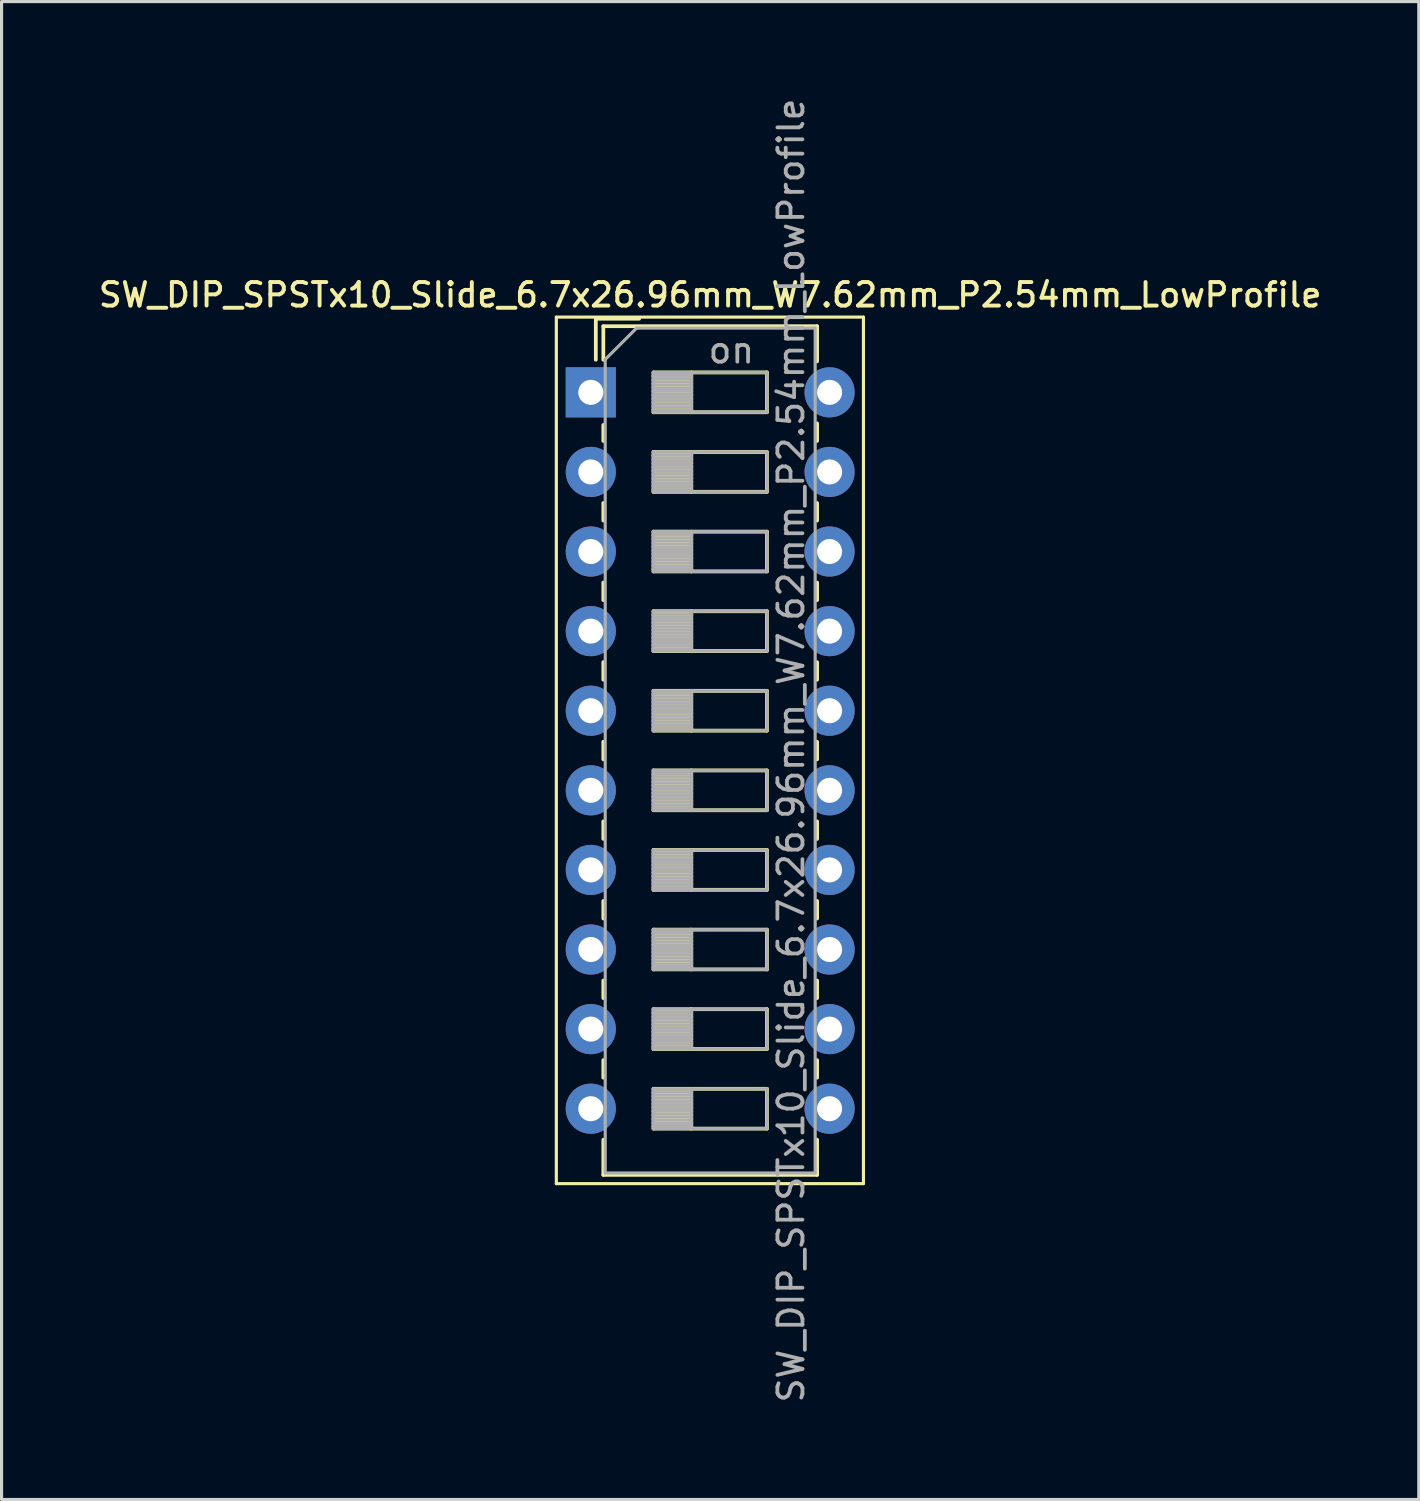
<source format=kicad_pcb>
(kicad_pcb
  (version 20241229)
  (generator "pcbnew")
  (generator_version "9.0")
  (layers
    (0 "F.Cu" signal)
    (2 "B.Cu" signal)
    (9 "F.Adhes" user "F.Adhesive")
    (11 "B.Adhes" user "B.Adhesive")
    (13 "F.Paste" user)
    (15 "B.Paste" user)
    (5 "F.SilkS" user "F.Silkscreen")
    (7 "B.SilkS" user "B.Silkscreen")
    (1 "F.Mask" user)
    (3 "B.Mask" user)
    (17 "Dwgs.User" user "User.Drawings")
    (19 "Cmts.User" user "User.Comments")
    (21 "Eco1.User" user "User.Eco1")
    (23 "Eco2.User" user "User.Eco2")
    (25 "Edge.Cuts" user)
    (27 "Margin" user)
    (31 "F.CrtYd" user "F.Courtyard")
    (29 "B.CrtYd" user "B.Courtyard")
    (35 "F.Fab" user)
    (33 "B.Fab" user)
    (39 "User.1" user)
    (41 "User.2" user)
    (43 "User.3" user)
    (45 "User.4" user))
  (footprint "SW_DIP_SPSTx10_Slide_6.7x26.96mm_W7.62mm_P2.54mm_LowProfile"
    (layer "F.Cu")
    (at 15.803 9.47)
    (property "Reference" "SW_DIP_SPSTx10_Slide_6.7x26.96mm_W7.62mm_P2.54mm_LowProfile" (at 3.81 -3.11 0) (layer "F.SilkS") (effects (font (size 0.75 0.75) (thickness 0.125))))
    (attr through_hole)
    (fp_line (start -1.1 -2.4) (end -1.1 25.25) (stroke (width 0.1) (type solid)) (layer "F.SilkS"))
    (fp_line (start -1.1 25.25) (end 8.7 25.25) (stroke (width 0.1) (type solid)) (layer "F.SilkS"))
    (fp_line (start 0.16 -2.35) (end 0.16 -1.04) (stroke (width 0.12) (type solid)) (layer "F.SilkS"))
    (fp_line (start 0.16 -2.35) (end 1.543 -2.35) (stroke (width 0.12) (type solid)) (layer "F.SilkS"))
    (fp_line (start 0.4 -2.11) (end 0.4 -1.04) (stroke (width 0.12) (type solid)) (layer "F.SilkS"))
    (fp_line (start 0.4 -2.11) (end 7.221 -2.11) (stroke (width 0.12) (type solid)) (layer "F.SilkS"))
    (fp_line (start 0.4 1.04) (end 0.4 1.551) (stroke (width 0.12) (type solid)) (layer "F.SilkS"))
    (fp_line (start 0.4 3.53) (end 0.4 4.091) (stroke (width 0.12) (type solid)) (layer "F.SilkS"))
    (fp_line (start 0.4 6.07) (end 0.4 6.631) (stroke (width 0.12) (type solid)) (layer "F.SilkS"))
    (fp_line (start 0.4 8.61) (end 0.4 9.17) (stroke (width 0.12) (type solid)) (layer "F.SilkS"))
    (fp_line (start 0.4 11.15) (end 0.4 11.71) (stroke (width 0.12) (type solid)) (layer "F.SilkS"))
    (fp_line (start 0.4 13.69) (end 0.4 14.25) (stroke (width 0.12) (type solid)) (layer "F.SilkS"))
    (fp_line (start 0.4 16.23) (end 0.4 16.79) (stroke (width 0.12) (type solid)) (layer "F.SilkS"))
    (fp_line (start 0.4 18.77) (end 0.4 19.33) (stroke (width 0.12) (type solid)) (layer "F.SilkS"))
    (fp_line (start 0.4 21.31) (end 0.4 21.87) (stroke (width 0.12) (type solid)) (layer "F.SilkS"))
    (fp_line (start 0.4 23.85) (end 0.4 24.971) (stroke (width 0.12) (type solid)) (layer "F.SilkS"))
    (fp_line (start 0.4 24.971) (end 7.221 24.971) (stroke (width 0.12) (type solid)) (layer "F.SilkS"))
    (fp_line (start 2 -0.635) (end 2 0.635) (stroke (width 0.12) (type solid)) (layer "F.SilkS"))
    (fp_line (start 2 -0.515) (end 3.207 -0.515) (stroke (width 0.12) (type solid)) (layer "F.SilkS"))
    (fp_line (start 2 -0.395) (end 3.207 -0.395) (stroke (width 0.12) (type solid)) (layer "F.SilkS"))
    (fp_line (start 2 -0.275) (end 3.207 -0.275) (stroke (width 0.12) (type solid)) (layer "F.SilkS"))
    (fp_line (start 2 -0.155) (end 3.207 -0.155) (stroke (width 0.12) (type solid)) (layer "F.SilkS"))
    (fp_line (start 2 -0.035) (end 3.207 -0.035) (stroke (width 0.12) (type solid)) (layer "F.SilkS"))
    (fp_line (start 2 0.085) (end 3.207 0.085) (stroke (width 0.12) (type solid)) (layer "F.SilkS"))
    (fp_line (start 2 0.205) (end 3.207 0.205) (stroke (width 0.12) (type solid)) (layer "F.SilkS"))
    (fp_line (start 2 0.325) (end 3.207 0.325) (stroke (width 0.12) (type solid)) (layer "F.SilkS"))
    (fp_line (start 2 0.445) (end 3.207 0.445) (stroke (width 0.12) (type solid)) (layer "F.SilkS"))
    (fp_line (start 2 0.565) (end 3.207 0.565) (stroke (width 0.12) (type solid)) (layer "F.SilkS"))
    (fp_line (start 2 0.635) (end 5.62 0.635) (stroke (width 0.12) (type solid)) (layer "F.SilkS"))
    (fp_line (start 2 1.905) (end 2 3.175) (stroke (width 0.12) (type solid)) (layer "F.SilkS"))
    (fp_line (start 2 2.025) (end 3.207 2.025) (stroke (width 0.12) (type solid)) (layer "F.SilkS"))
    (fp_line (start 2 2.145) (end 3.207 2.145) (stroke (width 0.12) (type solid)) (layer "F.SilkS"))
    (fp_line (start 2 2.265) (end 3.207 2.265) (stroke (width 0.12) (type solid)) (layer "F.SilkS"))
    (fp_line (start 2 2.385) (end 3.207 2.385) (stroke (width 0.12) (type solid)) (layer "F.SilkS"))
    (fp_line (start 2 2.505) (end 3.207 2.505) (stroke (width 0.12) (type solid)) (layer "F.SilkS"))
    (fp_line (start 2 2.625) (end 3.207 2.625) (stroke (width 0.12) (type solid)) (layer "F.SilkS"))
    (fp_line (start 2 2.745) (end 3.207 2.745) (stroke (width 0.12) (type solid)) (layer "F.SilkS"))
    (fp_line (start 2 2.865) (end 3.207 2.865) (stroke (width 0.12) (type solid)) (layer "F.SilkS"))
    (fp_line (start 2 2.985) (end 3.207 2.985) (stroke (width 0.12) (type solid)) (layer "F.SilkS"))
    (fp_line (start 2 3.105) (end 3.207 3.105) (stroke (width 0.12) (type solid)) (layer "F.SilkS"))
    (fp_line (start 2 3.175) (end 5.62 3.175) (stroke (width 0.12) (type solid)) (layer "F.SilkS"))
    (fp_line (start 2 4.445) (end 2 5.715) (stroke (width 0.12) (type solid)) (layer "F.SilkS"))
    (fp_line (start 2 4.565) (end 3.207 4.565) (stroke (width 0.12) (type solid)) (layer "F.SilkS"))
    (fp_line (start 2 4.685) (end 3.207 4.685) (stroke (width 0.12) (type solid)) (layer "F.SilkS"))
    (fp_line (start 2 4.805) (end 3.207 4.805) (stroke (width 0.12) (type solid)) (layer "F.SilkS"))
    (fp_line (start 2 4.925) (end 3.207 4.925) (stroke (width 0.12) (type solid)) (layer "F.SilkS"))
    (fp_line (start 2 5.045) (end 3.207 5.045) (stroke (width 0.12) (type solid)) (layer "F.SilkS"))
    (fp_line (start 2 5.165) (end 3.207 5.165) (stroke (width 0.12) (type solid)) (layer "F.SilkS"))
    (fp_line (start 2 5.285) (end 3.207 5.285) (stroke (width 0.12) (type solid)) (layer "F.SilkS"))
    (fp_line (start 2 5.405) (end 3.207 5.405) (stroke (width 0.12) (type solid)) (layer "F.SilkS"))
    (fp_line (start 2 5.525) (end 3.207 5.525) (stroke (width 0.12) (type solid)) (layer "F.SilkS"))
    (fp_line (start 2 5.645) (end 3.207 5.645) (stroke (width 0.12) (type solid)) (layer "F.SilkS"))
    (fp_line (start 2 5.715) (end 5.62 5.715) (stroke (width 0.12) (type solid)) (layer "F.SilkS"))
    (fp_line (start 2 6.985) (end 2 8.255) (stroke (width 0.12) (type solid)) (layer "F.SilkS"))
    (fp_line (start 2 7.105) (end 3.207 7.105) (stroke (width 0.12) (type solid)) (layer "F.SilkS"))
    (fp_line (start 2 7.225) (end 3.207 7.225) (stroke (width 0.12) (type solid)) (layer "F.SilkS"))
    (fp_line (start 2 7.345) (end 3.207 7.345) (stroke (width 0.12) (type solid)) (layer "F.SilkS"))
    (fp_line (start 2 7.465) (end 3.207 7.465) (stroke (width 0.12) (type solid)) (layer "F.SilkS"))
    (fp_line (start 2 7.585) (end 3.207 7.585) (stroke (width 0.12) (type solid)) (layer "F.SilkS"))
    (fp_line (start 2 7.705) (end 3.207 7.705) (stroke (width 0.12) (type solid)) (layer "F.SilkS"))
    (fp_line (start 2 7.825) (end 3.207 7.825) (stroke (width 0.12) (type solid)) (layer "F.SilkS"))
    (fp_line (start 2 7.945) (end 3.207 7.945) (stroke (width 0.12) (type solid)) (layer "F.SilkS"))
    (fp_line (start 2 8.065) (end 3.207 8.065) (stroke (width 0.12) (type solid)) (layer "F.SilkS"))
    (fp_line (start 2 8.185) (end 3.207 8.185) (stroke (width 0.12) (type solid)) (layer "F.SilkS"))
    (fp_line (start 2 8.255) (end 5.62 8.255) (stroke (width 0.12) (type solid)) (layer "F.SilkS"))
    (fp_line (start 2 9.525) (end 2 10.795) (stroke (width 0.12) (type solid)) (layer "F.SilkS"))
    (fp_line (start 2 9.645) (end 3.207 9.645) (stroke (width 0.12) (type solid)) (layer "F.SilkS"))
    (fp_line (start 2 9.765) (end 3.207 9.765) (stroke (width 0.12) (type solid)) (layer "F.SilkS"))
    (fp_line (start 2 9.885) (end 3.207 9.885) (stroke (width 0.12) (type solid)) (layer "F.SilkS"))
    (fp_line (start 2 10.005) (end 3.207 10.005) (stroke (width 0.12) (type solid)) (layer "F.SilkS"))
    (fp_line (start 2 10.125) (end 3.207 10.125) (stroke (width 0.12) (type solid)) (layer "F.SilkS"))
    (fp_line (start 2 10.245) (end 3.207 10.245) (stroke (width 0.12) (type solid)) (layer "F.SilkS"))
    (fp_line (start 2 10.365) (end 3.207 10.365) (stroke (width 0.12) (type solid)) (layer "F.SilkS"))
    (fp_line (start 2 10.485) (end 3.207 10.485) (stroke (width 0.12) (type solid)) (layer "F.SilkS"))
    (fp_line (start 2 10.605) (end 3.207 10.605) (stroke (width 0.12) (type solid)) (layer "F.SilkS"))
    (fp_line (start 2 10.725) (end 3.207 10.725) (stroke (width 0.12) (type solid)) (layer "F.SilkS"))
    (fp_line (start 2 10.795) (end 5.62 10.795) (stroke (width 0.12) (type solid)) (layer "F.SilkS"))
    (fp_line (start 2 12.065) (end 2 13.335) (stroke (width 0.12) (type solid)) (layer "F.SilkS"))
    (fp_line (start 2 12.185) (end 3.207 12.185) (stroke (width 0.12) (type solid)) (layer "F.SilkS"))
    (fp_line (start 2 12.305) (end 3.207 12.305) (stroke (width 0.12) (type solid)) (layer "F.SilkS"))
    (fp_line (start 2 12.425) (end 3.207 12.425) (stroke (width 0.12) (type solid)) (layer "F.SilkS"))
    (fp_line (start 2 12.545) (end 3.207 12.545) (stroke (width 0.12) (type solid)) (layer "F.SilkS"))
    (fp_line (start 2 12.665) (end 3.207 12.665) (stroke (width 0.12) (type solid)) (layer "F.SilkS"))
    (fp_line (start 2 12.785) (end 3.207 12.785) (stroke (width 0.12) (type solid)) (layer "F.SilkS"))
    (fp_line (start 2 12.905) (end 3.207 12.905) (stroke (width 0.12) (type solid)) (layer "F.SilkS"))
    (fp_line (start 2 13.025) (end 3.207 13.025) (stroke (width 0.12) (type solid)) (layer "F.SilkS"))
    (fp_line (start 2 13.145) (end 3.207 13.145) (stroke (width 0.12) (type solid)) (layer "F.SilkS"))
    (fp_line (start 2 13.265) (end 3.207 13.265) (stroke (width 0.12) (type solid)) (layer "F.SilkS"))
    (fp_line (start 2 13.335) (end 5.62 13.335) (stroke (width 0.12) (type solid)) (layer "F.SilkS"))
    (fp_line (start 2 14.605) (end 2 15.875) (stroke (width 0.12) (type solid)) (layer "F.SilkS"))
    (fp_line (start 2 14.725) (end 3.207 14.725) (stroke (width 0.12) (type solid)) (layer "F.SilkS"))
    (fp_line (start 2 14.845) (end 3.207 14.845) (stroke (width 0.12) (type solid)) (layer "F.SilkS"))
    (fp_line (start 2 14.965) (end 3.207 14.965) (stroke (width 0.12) (type solid)) (layer "F.SilkS"))
    (fp_line (start 2 15.085) (end 3.207 15.085) (stroke (width 0.12) (type solid)) (layer "F.SilkS"))
    (fp_line (start 2 15.205) (end 3.207 15.205) (stroke (width 0.12) (type solid)) (layer "F.SilkS"))
    (fp_line (start 2 15.325) (end 3.207 15.325) (stroke (width 0.12) (type solid)) (layer "F.SilkS"))
    (fp_line (start 2 15.445) (end 3.207 15.445) (stroke (width 0.12) (type solid)) (layer "F.SilkS"))
    (fp_line (start 2 15.565) (end 3.207 15.565) (stroke (width 0.12) (type solid)) (layer "F.SilkS"))
    (fp_line (start 2 15.685) (end 3.207 15.685) (stroke (width 0.12) (type solid)) (layer "F.SilkS"))
    (fp_line (start 2 15.805) (end 3.207 15.805) (stroke (width 0.12) (type solid)) (layer "F.SilkS"))
    (fp_line (start 2 15.875) (end 5.62 15.875) (stroke (width 0.12) (type solid)) (layer "F.SilkS"))
    (fp_line (start 2 17.145) (end 2 18.415) (stroke (width 0.12) (type solid)) (layer "F.SilkS"))
    (fp_line (start 2 17.265) (end 3.207 17.265) (stroke (width 0.12) (type solid)) (layer "F.SilkS"))
    (fp_line (start 2 17.385) (end 3.207 17.385) (stroke (width 0.12) (type solid)) (layer "F.SilkS"))
    (fp_line (start 2 17.505) (end 3.207 17.505) (stroke (width 0.12) (type solid)) (layer "F.SilkS"))
    (fp_line (start 2 17.625) (end 3.207 17.625) (stroke (width 0.12) (type solid)) (layer "F.SilkS"))
    (fp_line (start 2 17.745) (end 3.207 17.745) (stroke (width 0.12) (type solid)) (layer "F.SilkS"))
    (fp_line (start 2 17.865) (end 3.207 17.865) (stroke (width 0.12) (type solid)) (layer "F.SilkS"))
    (fp_line (start 2 17.985) (end 3.207 17.985) (stroke (width 0.12) (type solid)) (layer "F.SilkS"))
    (fp_line (start 2 18.105) (end 3.207 18.105) (stroke (width 0.12) (type solid)) (layer "F.SilkS"))
    (fp_line (start 2 18.225) (end 3.207 18.225) (stroke (width 0.12) (type solid)) (layer "F.SilkS"))
    (fp_line (start 2 18.345) (end 3.207 18.345) (stroke (width 0.12) (type solid)) (layer "F.SilkS"))
    (fp_line (start 2 18.415) (end 5.62 18.415) (stroke (width 0.12) (type solid)) (layer "F.SilkS"))
    (fp_line (start 2 19.685) (end 2 20.955) (stroke (width 0.12) (type solid)) (layer "F.SilkS"))
    (fp_line (start 2 19.805) (end 3.207 19.805) (stroke (width 0.12) (type solid)) (layer "F.SilkS"))
    (fp_line (start 2 19.925) (end 3.207 19.925) (stroke (width 0.12) (type solid)) (layer "F.SilkS"))
    (fp_line (start 2 20.045) (end 3.207 20.045) (stroke (width 0.12) (type solid)) (layer "F.SilkS"))
    (fp_line (start 2 20.165) (end 3.207 20.165) (stroke (width 0.12) (type solid)) (layer "F.SilkS"))
    (fp_line (start 2 20.285) (end 3.207 20.285) (stroke (width 0.12) (type solid)) (layer "F.SilkS"))
    (fp_line (start 2 20.405) (end 3.207 20.405) (stroke (width 0.12) (type solid)) (layer "F.SilkS"))
    (fp_line (start 2 20.525) (end 3.207 20.525) (stroke (width 0.12) (type solid)) (layer "F.SilkS"))
    (fp_line (start 2 20.645) (end 3.207 20.645) (stroke (width 0.12) (type solid)) (layer "F.SilkS"))
    (fp_line (start 2 20.765) (end 3.207 20.765) (stroke (width 0.12) (type solid)) (layer "F.SilkS"))
    (fp_line (start 2 20.885) (end 3.207 20.885) (stroke (width 0.12) (type solid)) (layer "F.SilkS"))
    (fp_line (start 2 20.955) (end 5.62 20.955) (stroke (width 0.12) (type solid)) (layer "F.SilkS"))
    (fp_line (start 2 22.225) (end 2 23.495) (stroke (width 0.12) (type solid)) (layer "F.SilkS"))
    (fp_line (start 2 22.345) (end 3.207 22.345) (stroke (width 0.12) (type solid)) (layer "F.SilkS"))
    (fp_line (start 2 22.465) (end 3.207 22.465) (stroke (width 0.12) (type solid)) (layer "F.SilkS"))
    (fp_line (start 2 22.585) (end 3.207 22.585) (stroke (width 0.12) (type solid)) (layer "F.SilkS"))
    (fp_line (start 2 22.705) (end 3.207 22.705) (stroke (width 0.12) (type solid)) (layer "F.SilkS"))
    (fp_line (start 2 22.825) (end 3.207 22.825) (stroke (width 0.12) (type solid)) (layer "F.SilkS"))
    (fp_line (start 2 22.945) (end 3.207 22.945) (stroke (width 0.12) (type solid)) (layer "F.SilkS"))
    (fp_line (start 2 23.065) (end 3.207 23.065) (stroke (width 0.12) (type solid)) (layer "F.SilkS"))
    (fp_line (start 2 23.185) (end 3.207 23.185) (stroke (width 0.12) (type solid)) (layer "F.SilkS"))
    (fp_line (start 2 23.305) (end 3.207 23.305) (stroke (width 0.12) (type solid)) (layer "F.SilkS"))
    (fp_line (start 2 23.425) (end 3.207 23.425) (stroke (width 0.12) (type solid)) (layer "F.SilkS"))
    (fp_line (start 2 23.495) (end 5.62 23.495) (stroke (width 0.12) (type solid)) (layer "F.SilkS"))
    (fp_line (start 3.207 -0.635) (end 3.207 0.635) (stroke (width 0.12) (type solid)) (layer "F.SilkS"))
    (fp_line (start 3.207 1.905) (end 3.207 3.175) (stroke (width 0.12) (type solid)) (layer "F.SilkS"))
    (fp_line (start 3.207 4.445) (end 3.207 5.715) (stroke (width 0.12) (type solid)) (layer "F.SilkS"))
    (fp_line (start 3.207 6.985) (end 3.207 8.255) (stroke (width 0.12) (type solid)) (layer "F.SilkS"))
    (fp_line (start 3.207 9.525) (end 3.207 10.795) (stroke (width 0.12) (type solid)) (layer "F.SilkS"))
    (fp_line (start 3.207 12.065) (end 3.207 13.335) (stroke (width 0.12) (type solid)) (layer "F.SilkS"))
    (fp_line (start 3.207 14.605) (end 3.207 15.875) (stroke (width 0.12) (type solid)) (layer "F.SilkS"))
    (fp_line (start 3.207 17.145) (end 3.207 18.415) (stroke (width 0.12) (type solid)) (layer "F.SilkS"))
    (fp_line (start 3.207 19.685) (end 3.207 20.955) (stroke (width 0.12) (type solid)) (layer "F.SilkS"))
    (fp_line (start 3.207 22.225) (end 3.207 23.495) (stroke (width 0.12) (type solid)) (layer "F.SilkS"))
    (fp_line (start 5.62 -0.635) (end 2 -0.635) (stroke (width 0.12) (type solid)) (layer "F.SilkS"))
    (fp_line (start 5.62 0.635) (end 5.62 -0.635) (stroke (width 0.12) (type solid)) (layer "F.SilkS"))
    (fp_line (start 5.62 1.905) (end 2 1.905) (stroke (width 0.12) (type solid)) (layer "F.SilkS"))
    (fp_line (start 5.62 3.175) (end 5.62 1.905) (stroke (width 0.12) (type solid)) (layer "F.SilkS"))
    (fp_line (start 5.62 4.445) (end 2 4.445) (stroke (width 0.12) (type solid)) (layer "F.SilkS"))
    (fp_line (start 5.62 5.715) (end 5.62 4.445) (stroke (width 0.12) (type solid)) (layer "F.SilkS"))
    (fp_line (start 5.62 6.985) (end 2 6.985) (stroke (width 0.12) (type solid)) (layer "F.SilkS"))
    (fp_line (start 5.62 8.255) (end 5.62 6.985) (stroke (width 0.12) (type solid)) (layer "F.SilkS"))
    (fp_line (start 5.62 9.525) (end 2 9.525) (stroke (width 0.12) (type solid)) (layer "F.SilkS"))
    (fp_line (start 5.62 10.795) (end 5.62 9.525) (stroke (width 0.12) (type solid)) (layer "F.SilkS"))
    (fp_line (start 5.62 12.065) (end 2 12.065) (stroke (width 0.12) (type solid)) (layer "F.SilkS"))
    (fp_line (start 5.62 13.335) (end 5.62 12.065) (stroke (width 0.12) (type solid)) (layer "F.SilkS"))
    (fp_line (start 5.62 14.605) (end 2 14.605) (stroke (width 0.12) (type solid)) (layer "F.SilkS"))
    (fp_line (start 5.62 15.875) (end 5.62 14.605) (stroke (width 0.12) (type solid)) (layer "F.SilkS"))
    (fp_line (start 5.62 17.145) (end 2 17.145) (stroke (width 0.12) (type solid)) (layer "F.SilkS"))
    (fp_line (start 5.62 18.415) (end 5.62 17.145) (stroke (width 0.12) (type solid)) (layer "F.SilkS"))
    (fp_line (start 5.62 19.685) (end 2 19.685) (stroke (width 0.12) (type solid)) (layer "F.SilkS"))
    (fp_line (start 5.62 20.955) (end 5.62 19.685) (stroke (width 0.12) (type solid)) (layer "F.SilkS"))
    (fp_line (start 5.62 22.225) (end 2 22.225) (stroke (width 0.12) (type solid)) (layer "F.SilkS"))
    (fp_line (start 5.62 23.495) (end 5.62 22.225) (stroke (width 0.12) (type solid)) (layer "F.SilkS"))
    (fp_line (start 7.221 -2.11) (end 7.221 -0.99) (stroke (width 0.12) (type solid)) (layer "F.SilkS"))
    (fp_line (start 7.221 0.991) (end 7.221 1.551) (stroke (width 0.12) (type solid)) (layer "F.SilkS"))
    (fp_line (start 7.221 3.531) (end 7.221 4.091) (stroke (width 0.12) (type solid)) (layer "F.SilkS"))
    (fp_line (start 7.221 6.071) (end 7.221 6.631) (stroke (width 0.12) (type solid)) (layer "F.SilkS"))
    (fp_line (start 7.221 8.611) (end 7.221 9.171) (stroke (width 0.12) (type solid)) (layer "F.SilkS"))
    (fp_line (start 7.221 11.151) (end 7.221 11.711) (stroke (width 0.12) (type solid)) (layer "F.SilkS"))
    (fp_line (start 7.221 13.691) (end 7.221 14.251) (stroke (width 0.12) (type solid)) (layer "F.SilkS"))
    (fp_line (start 7.221 16.231) (end 7.221 16.79) (stroke (width 0.12) (type solid)) (layer "F.SilkS"))
    (fp_line (start 7.221 18.771) (end 7.221 19.33) (stroke (width 0.12) (type solid)) (layer "F.SilkS"))
    (fp_line (start 7.221 21.311) (end 7.221 21.87) (stroke (width 0.12) (type solid)) (layer "F.SilkS"))
    (fp_line (start 7.221 23.85) (end 7.221 24.971) (stroke (width 0.12) (type solid)) (layer "F.SilkS"))
    (fp_line (start 8.7 -2.4) (end -1.1 -2.4) (stroke (width 0.1) (type solid)) (layer "F.SilkS"))
    (fp_line (start 8.7 25.25) (end 8.7 -2.4) (stroke (width 0.1) (type solid)) (layer "F.SilkS"))
    (fp_line (start 0.46 -1.05) (end 1.46 -2.05) (stroke (width 0.1) (type solid)) (layer "F.Fab"))
    (fp_line (start 0.46 24.91) (end 0.46 -1.05) (stroke (width 0.1) (type solid)) (layer "F.Fab"))
    (fp_line (start 1.46 -2.05) (end 7.16 -2.05) (stroke (width 0.1) (type solid)) (layer "F.Fab"))
    (fp_line (start 2 -0.635) (end 2 0.635) (stroke (width 0.1) (type solid)) (layer "F.Fab"))
    (fp_line (start 2 -0.535) (end 3.207 -0.535) (stroke (width 0.1) (type solid)) (layer "F.Fab"))
    (fp_line (start 2 -0.435) (end 3.207 -0.435) (stroke (width 0.1) (type solid)) (layer "F.Fab"))
    (fp_line (start 2 -0.335) (end 3.207 -0.335) (stroke (width 0.1) (type solid)) (layer "F.Fab"))
    (fp_line (start 2 -0.235) (end 3.207 -0.235) (stroke (width 0.1) (type solid)) (layer "F.Fab"))
    (fp_line (start 2 -0.135) (end 3.207 -0.135) (stroke (width 0.1) (type solid)) (layer "F.Fab"))
    (fp_line (start 2 -0.035) (end 3.207 -0.035) (stroke (width 0.1) (type solid)) (layer "F.Fab"))
    (fp_line (start 2 0.065) (end 3.207 0.065) (stroke (width 0.1) (type solid)) (layer "F.Fab"))
    (fp_line (start 2 0.165) (end 3.207 0.165) (stroke (width 0.1) (type solid)) (layer "F.Fab"))
    (fp_line (start 2 0.265) (end 3.207 0.265) (stroke (width 0.1) (type solid)) (layer "F.Fab"))
    (fp_line (start 2 0.365) (end 3.207 0.365) (stroke (width 0.1) (type solid)) (layer "F.Fab"))
    (fp_line (start 2 0.465) (end 3.207 0.465) (stroke (width 0.1) (type solid)) (layer "F.Fab"))
    (fp_line (start 2 0.565) (end 3.207 0.565) (stroke (width 0.1) (type solid)) (layer "F.Fab"))
    (fp_line (start 2 0.635) (end 5.62 0.635) (stroke (width 0.1) (type solid)) (layer "F.Fab"))
    (fp_line (start 2 1.905) (end 2 3.175) (stroke (width 0.1) (type solid)) (layer "F.Fab"))
    (fp_line (start 2 2.005) (end 3.207 2.005) (stroke (width 0.1) (type solid)) (layer "F.Fab"))
    (fp_line (start 2 2.105) (end 3.207 2.105) (stroke (width 0.1) (type solid)) (layer "F.Fab"))
    (fp_line (start 2 2.205) (end 3.207 2.205) (stroke (width 0.1) (type solid)) (layer "F.Fab"))
    (fp_line (start 2 2.305) (end 3.207 2.305) (stroke (width 0.1) (type solid)) (layer "F.Fab"))
    (fp_line (start 2 2.405) (end 3.207 2.405) (stroke (width 0.1) (type solid)) (layer "F.Fab"))
    (fp_line (start 2 2.505) (end 3.207 2.505) (stroke (width 0.1) (type solid)) (layer "F.Fab"))
    (fp_line (start 2 2.605) (end 3.207 2.605) (stroke (width 0.1) (type solid)) (layer "F.Fab"))
    (fp_line (start 2 2.705) (end 3.207 2.705) (stroke (width 0.1) (type solid)) (layer "F.Fab"))
    (fp_line (start 2 2.805) (end 3.207 2.805) (stroke (width 0.1) (type solid)) (layer "F.Fab"))
    (fp_line (start 2 2.905) (end 3.207 2.905) (stroke (width 0.1) (type solid)) (layer "F.Fab"))
    (fp_line (start 2 3.005) (end 3.207 3.005) (stroke (width 0.1) (type solid)) (layer "F.Fab"))
    (fp_line (start 2 3.105) (end 3.207 3.105) (stroke (width 0.1) (type solid)) (layer "F.Fab"))
    (fp_line (start 2 3.175) (end 5.62 3.175) (stroke (width 0.1) (type solid)) (layer "F.Fab"))
    (fp_line (start 2 4.445) (end 2 5.715) (stroke (width 0.1) (type solid)) (layer "F.Fab"))
    (fp_line (start 2 4.545) (end 3.207 4.545) (stroke (width 0.1) (type solid)) (layer "F.Fab"))
    (fp_line (start 2 4.645) (end 3.207 4.645) (stroke (width 0.1) (type solid)) (layer "F.Fab"))
    (fp_line (start 2 4.745) (end 3.207 4.745) (stroke (width 0.1) (type solid)) (layer "F.Fab"))
    (fp_line (start 2 4.845) (end 3.207 4.845) (stroke (width 0.1) (type solid)) (layer "F.Fab"))
    (fp_line (start 2 4.945) (end 3.207 4.945) (stroke (width 0.1) (type solid)) (layer "F.Fab"))
    (fp_line (start 2 5.045) (end 3.207 5.045) (stroke (width 0.1) (type solid)) (layer "F.Fab"))
    (fp_line (start 2 5.145) (end 3.207 5.145) (stroke (width 0.1) (type solid)) (layer "F.Fab"))
    (fp_line (start 2 5.245) (end 3.207 5.245) (stroke (width 0.1) (type solid)) (layer "F.Fab"))
    (fp_line (start 2 5.345) (end 3.207 5.345) (stroke (width 0.1) (type solid)) (layer "F.Fab"))
    (fp_line (start 2 5.445) (end 3.207 5.445) (stroke (width 0.1) (type solid)) (layer "F.Fab"))
    (fp_line (start 2 5.545) (end 3.207 5.545) (stroke (width 0.1) (type solid)) (layer "F.Fab"))
    (fp_line (start 2 5.645) (end 3.207 5.645) (stroke (width 0.1) (type solid)) (layer "F.Fab"))
    (fp_line (start 2 5.715) (end 5.62 5.715) (stroke (width 0.1) (type solid)) (layer "F.Fab"))
    (fp_line (start 2 6.985) (end 2 8.255) (stroke (width 0.1) (type solid)) (layer "F.Fab"))
    (fp_line (start 2 7.085) (end 3.207 7.085) (stroke (width 0.1) (type solid)) (layer "F.Fab"))
    (fp_line (start 2 7.185) (end 3.207 7.185) (stroke (width 0.1) (type solid)) (layer "F.Fab"))
    (fp_line (start 2 7.285) (end 3.207 7.285) (stroke (width 0.1) (type solid)) (layer "F.Fab"))
    (fp_line (start 2 7.385) (end 3.207 7.385) (stroke (width 0.1) (type solid)) (layer "F.Fab"))
    (fp_line (start 2 7.485) (end 3.207 7.485) (stroke (width 0.1) (type solid)) (layer "F.Fab"))
    (fp_line (start 2 7.585) (end 3.207 7.585) (stroke (width 0.1) (type solid)) (layer "F.Fab"))
    (fp_line (start 2 7.685) (end 3.207 7.685) (stroke (width 0.1) (type solid)) (layer "F.Fab"))
    (fp_line (start 2 7.785) (end 3.207 7.785) (stroke (width 0.1) (type solid)) (layer "F.Fab"))
    (fp_line (start 2 7.885) (end 3.207 7.885) (stroke (width 0.1) (type solid)) (layer "F.Fab"))
    (fp_line (start 2 7.985) (end 3.207 7.985) (stroke (width 0.1) (type solid)) (layer "F.Fab"))
    (fp_line (start 2 8.085) (end 3.207 8.085) (stroke (width 0.1) (type solid)) (layer "F.Fab"))
    (fp_line (start 2 8.185) (end 3.207 8.185) (stroke (width 0.1) (type solid)) (layer "F.Fab"))
    (fp_line (start 2 8.255) (end 5.62 8.255) (stroke (width 0.1) (type solid)) (layer "F.Fab"))
    (fp_line (start 2 9.525) (end 2 10.795) (stroke (width 0.1) (type solid)) (layer "F.Fab"))
    (fp_line (start 2 9.625) (end 3.207 9.625) (stroke (width 0.1) (type solid)) (layer "F.Fab"))
    (fp_line (start 2 9.725) (end 3.207 9.725) (stroke (width 0.1) (type solid)) (layer "F.Fab"))
    (fp_line (start 2 9.825) (end 3.207 9.825) (stroke (width 0.1) (type solid)) (layer "F.Fab"))
    (fp_line (start 2 9.925) (end 3.207 9.925) (stroke (width 0.1) (type solid)) (layer "F.Fab"))
    (fp_line (start 2 10.025) (end 3.207 10.025) (stroke (width 0.1) (type solid)) (layer "F.Fab"))
    (fp_line (start 2 10.125) (end 3.207 10.125) (stroke (width 0.1) (type solid)) (layer "F.Fab"))
    (fp_line (start 2 10.225) (end 3.207 10.225) (stroke (width 0.1) (type solid)) (layer "F.Fab"))
    (fp_line (start 2 10.325) (end 3.207 10.325) (stroke (width 0.1) (type solid)) (layer "F.Fab"))
    (fp_line (start 2 10.425) (end 3.207 10.425) (stroke (width 0.1) (type solid)) (layer "F.Fab"))
    (fp_line (start 2 10.525) (end 3.207 10.525) (stroke (width 0.1) (type solid)) (layer "F.Fab"))
    (fp_line (start 2 10.625) (end 3.207 10.625) (stroke (width 0.1) (type solid)) (layer "F.Fab"))
    (fp_line (start 2 10.725) (end 3.207 10.725) (stroke (width 0.1) (type solid)) (layer "F.Fab"))
    (fp_line (start 2 10.795) (end 5.62 10.795) (stroke (width 0.1) (type solid)) (layer "F.Fab"))
    (fp_line (start 2 12.065) (end 2 13.335) (stroke (width 0.1) (type solid)) (layer "F.Fab"))
    (fp_line (start 2 12.165) (end 3.207 12.165) (stroke (width 0.1) (type solid)) (layer "F.Fab"))
    (fp_line (start 2 12.265) (end 3.207 12.265) (stroke (width 0.1) (type solid)) (layer "F.Fab"))
    (fp_line (start 2 12.365) (end 3.207 12.365) (stroke (width 0.1) (type solid)) (layer "F.Fab"))
    (fp_line (start 2 12.465) (end 3.207 12.465) (stroke (width 0.1) (type solid)) (layer "F.Fab"))
    (fp_line (start 2 12.565) (end 3.207 12.565) (stroke (width 0.1) (type solid)) (layer "F.Fab"))
    (fp_line (start 2 12.665) (end 3.207 12.665) (stroke (width 0.1) (type solid)) (layer "F.Fab"))
    (fp_line (start 2 12.765) (end 3.207 12.765) (stroke (width 0.1) (type solid)) (layer "F.Fab"))
    (fp_line (start 2 12.865) (end 3.207 12.865) (stroke (width 0.1) (type solid)) (layer "F.Fab"))
    (fp_line (start 2 12.965) (end 3.207 12.965) (stroke (width 0.1) (type solid)) (layer "F.Fab"))
    (fp_line (start 2 13.065) (end 3.207 13.065) (stroke (width 0.1) (type solid)) (layer "F.Fab"))
    (fp_line (start 2 13.165) (end 3.207 13.165) (stroke (width 0.1) (type solid)) (layer "F.Fab"))
    (fp_line (start 2 13.265) (end 3.207 13.265) (stroke (width 0.1) (type solid)) (layer "F.Fab"))
    (fp_line (start 2 13.335) (end 5.62 13.335) (stroke (width 0.1) (type solid)) (layer "F.Fab"))
    (fp_line (start 2 14.605) (end 2 15.875) (stroke (width 0.1) (type solid)) (layer "F.Fab"))
    (fp_line (start 2 14.705) (end 3.207 14.705) (stroke (width 0.1) (type solid)) (layer "F.Fab"))
    (fp_line (start 2 14.805) (end 3.207 14.805) (stroke (width 0.1) (type solid)) (layer "F.Fab"))
    (fp_line (start 2 14.905) (end 3.207 14.905) (stroke (width 0.1) (type solid)) (layer "F.Fab"))
    (fp_line (start 2 15.005) (end 3.207 15.005) (stroke (width 0.1) (type solid)) (layer "F.Fab"))
    (fp_line (start 2 15.105) (end 3.207 15.105) (stroke (width 0.1) (type solid)) (layer "F.Fab"))
    (fp_line (start 2 15.205) (end 3.207 15.205) (stroke (width 0.1) (type solid)) (layer "F.Fab"))
    (fp_line (start 2 15.305) (end 3.207 15.305) (stroke (width 0.1) (type solid)) (layer "F.Fab"))
    (fp_line (start 2 15.405) (end 3.207 15.405) (stroke (width 0.1) (type solid)) (layer "F.Fab"))
    (fp_line (start 2 15.505) (end 3.207 15.505) (stroke (width 0.1) (type solid)) (layer "F.Fab"))
    (fp_line (start 2 15.605) (end 3.207 15.605) (stroke (width 0.1) (type solid)) (layer "F.Fab"))
    (fp_line (start 2 15.705) (end 3.207 15.705) (stroke (width 0.1) (type solid)) (layer "F.Fab"))
    (fp_line (start 2 15.805) (end 3.207 15.805) (stroke (width 0.1) (type solid)) (layer "F.Fab"))
    (fp_line (start 2 15.875) (end 5.62 15.875) (stroke (width 0.1) (type solid)) (layer "F.Fab"))
    (fp_line (start 2 17.145) (end 2 18.415) (stroke (width 0.1) (type solid)) (layer "F.Fab"))
    (fp_line (start 2 17.245) (end 3.207 17.245) (stroke (width 0.1) (type solid)) (layer "F.Fab"))
    (fp_line (start 2 17.345) (end 3.207 17.345) (stroke (width 0.1) (type solid)) (layer "F.Fab"))
    (fp_line (start 2 17.445) (end 3.207 17.445) (stroke (width 0.1) (type solid)) (layer "F.Fab"))
    (fp_line (start 2 17.545) (end 3.207 17.545) (stroke (width 0.1) (type solid)) (layer "F.Fab"))
    (fp_line (start 2 17.645) (end 3.207 17.645) (stroke (width 0.1) (type solid)) (layer "F.Fab"))
    (fp_line (start 2 17.745) (end 3.207 17.745) (stroke (width 0.1) (type solid)) (layer "F.Fab"))
    (fp_line (start 2 17.845) (end 3.207 17.845) (stroke (width 0.1) (type solid)) (layer "F.Fab"))
    (fp_line (start 2 17.945) (end 3.207 17.945) (stroke (width 0.1) (type solid)) (layer "F.Fab"))
    (fp_line (start 2 18.045) (end 3.207 18.045) (stroke (width 0.1) (type solid)) (layer "F.Fab"))
    (fp_line (start 2 18.145) (end 3.207 18.145) (stroke (width 0.1) (type solid)) (layer "F.Fab"))
    (fp_line (start 2 18.245) (end 3.207 18.245) (stroke (width 0.1) (type solid)) (layer "F.Fab"))
    (fp_line (start 2 18.345) (end 3.207 18.345) (stroke (width 0.1) (type solid)) (layer "F.Fab"))
    (fp_line (start 2 18.415) (end 5.62 18.415) (stroke (width 0.1) (type solid)) (layer "F.Fab"))
    (fp_line (start 2 19.685) (end 2 20.955) (stroke (width 0.1) (type solid)) (layer "F.Fab"))
    (fp_line (start 2 19.785) (end 3.207 19.785) (stroke (width 0.1) (type solid)) (layer "F.Fab"))
    (fp_line (start 2 19.885) (end 3.207 19.885) (stroke (width 0.1) (type solid)) (layer "F.Fab"))
    (fp_line (start 2 19.985) (end 3.207 19.985) (stroke (width 0.1) (type solid)) (layer "F.Fab"))
    (fp_line (start 2 20.085) (end 3.207 20.085) (stroke (width 0.1) (type solid)) (layer "F.Fab"))
    (fp_line (start 2 20.185) (end 3.207 20.185) (stroke (width 0.1) (type solid)) (layer "F.Fab"))
    (fp_line (start 2 20.285) (end 3.207 20.285) (stroke (width 0.1) (type solid)) (layer "F.Fab"))
    (fp_line (start 2 20.385) (end 3.207 20.385) (stroke (width 0.1) (type solid)) (layer "F.Fab"))
    (fp_line (start 2 20.485) (end 3.207 20.485) (stroke (width 0.1) (type solid)) (layer "F.Fab"))
    (fp_line (start 2 20.585) (end 3.207 20.585) (stroke (width 0.1) (type solid)) (layer "F.Fab"))
    (fp_line (start 2 20.685) (end 3.207 20.685) (stroke (width 0.1) (type solid)) (layer "F.Fab"))
    (fp_line (start 2 20.785) (end 3.207 20.785) (stroke (width 0.1) (type solid)) (layer "F.Fab"))
    (fp_line (start 2 20.885) (end 3.207 20.885) (stroke (width 0.1) (type solid)) (layer "F.Fab"))
    (fp_line (start 2 20.955) (end 5.62 20.955) (stroke (width 0.1) (type solid)) (layer "F.Fab"))
    (fp_line (start 2 22.225) (end 2 23.495) (stroke (width 0.1) (type solid)) (layer "F.Fab"))
    (fp_line (start 2 22.325) (end 3.207 22.325) (stroke (width 0.1) (type solid)) (layer "F.Fab"))
    (fp_line (start 2 22.425) (end 3.207 22.425) (stroke (width 0.1) (type solid)) (layer "F.Fab"))
    (fp_line (start 2 22.525) (end 3.207 22.525) (stroke (width 0.1) (type solid)) (layer "F.Fab"))
    (fp_line (start 2 22.625) (end 3.207 22.625) (stroke (width 0.1) (type solid)) (layer "F.Fab"))
    (fp_line (start 2 22.725) (end 3.207 22.725) (stroke (width 0.1) (type solid)) (layer "F.Fab"))
    (fp_line (start 2 22.825) (end 3.207 22.825) (stroke (width 0.1) (type solid)) (layer "F.Fab"))
    (fp_line (start 2 22.925) (end 3.207 22.925) (stroke (width 0.1) (type solid)) (layer "F.Fab"))
    (fp_line (start 2 23.025) (end 3.207 23.025) (stroke (width 0.1) (type solid)) (layer "F.Fab"))
    (fp_line (start 2 23.125) (end 3.207 23.125) (stroke (width 0.1) (type solid)) (layer "F.Fab"))
    (fp_line (start 2 23.225) (end 3.207 23.225) (stroke (width 0.1) (type solid)) (layer "F.Fab"))
    (fp_line (start 2 23.325) (end 3.207 23.325) (stroke (width 0.1) (type solid)) (layer "F.Fab"))
    (fp_line (start 2 23.425) (end 3.207 23.425) (stroke (width 0.1) (type solid)) (layer "F.Fab"))
    (fp_line (start 2 23.495) (end 5.62 23.495) (stroke (width 0.1) (type solid)) (layer "F.Fab"))
    (fp_line (start 3.207 -0.635) (end 3.207 0.635) (stroke (width 0.1) (type solid)) (layer "F.Fab"))
    (fp_line (start 3.207 1.905) (end 3.207 3.175) (stroke (width 0.1) (type solid)) (layer "F.Fab"))
    (fp_line (start 3.207 4.445) (end 3.207 5.715) (stroke (width 0.1) (type solid)) (layer "F.Fab"))
    (fp_line (start 3.207 6.985) (end 3.207 8.255) (stroke (width 0.1) (type solid)) (layer "F.Fab"))
    (fp_line (start 3.207 9.525) (end 3.207 10.795) (stroke (width 0.1) (type solid)) (layer "F.Fab"))
    (fp_line (start 3.207 12.065) (end 3.207 13.335) (stroke (width 0.1) (type solid)) (layer "F.Fab"))
    (fp_line (start 3.207 14.605) (end 3.207 15.875) (stroke (width 0.1) (type solid)) (layer "F.Fab"))
    (fp_line (start 3.207 17.145) (end 3.207 18.415) (stroke (width 0.1) (type solid)) (layer "F.Fab"))
    (fp_line (start 3.207 19.685) (end 3.207 20.955) (stroke (width 0.1) (type solid)) (layer "F.Fab"))
    (fp_line (start 3.207 22.225) (end 3.207 23.495) (stroke (width 0.1) (type solid)) (layer "F.Fab"))
    (fp_line (start 5.62 -0.635) (end 2 -0.635) (stroke (width 0.1) (type solid)) (layer "F.Fab"))
    (fp_line (start 5.62 0.635) (end 5.62 -0.635) (stroke (width 0.1) (type solid)) (layer "F.Fab"))
    (fp_line (start 5.62 1.905) (end 2 1.905) (stroke (width 0.1) (type solid)) (layer "F.Fab"))
    (fp_line (start 5.62 3.175) (end 5.62 1.905) (stroke (width 0.1) (type solid)) (layer "F.Fab"))
    (fp_line (start 5.62 4.445) (end 2 4.445) (stroke (width 0.1) (type solid)) (layer "F.Fab"))
    (fp_line (start 5.62 5.715) (end 5.62 4.445) (stroke (width 0.1) (type solid)) (layer "F.Fab"))
    (fp_line (start 5.62 6.985) (end 2 6.985) (stroke (width 0.1) (type solid)) (layer "F.Fab"))
    (fp_line (start 5.62 8.255) (end 5.62 6.985) (stroke (width 0.1) (type solid)) (layer "F.Fab"))
    (fp_line (start 5.62 9.525) (end 2 9.525) (stroke (width 0.1) (type solid)) (layer "F.Fab"))
    (fp_line (start 5.62 10.795) (end 5.62 9.525) (stroke (width 0.1) (type solid)) (layer "F.Fab"))
    (fp_line (start 5.62 12.065) (end 2 12.065) (stroke (width 0.1) (type solid)) (layer "F.Fab"))
    (fp_line (start 5.62 13.335) (end 5.62 12.065) (stroke (width 0.1) (type solid)) (layer "F.Fab"))
    (fp_line (start 5.62 14.605) (end 2 14.605) (stroke (width 0.1) (type solid)) (layer "F.Fab"))
    (fp_line (start 5.62 15.875) (end 5.62 14.605) (stroke (width 0.1) (type solid)) (layer "F.Fab"))
    (fp_line (start 5.62 17.145) (end 2 17.145) (stroke (width 0.1) (type solid)) (layer "F.Fab"))
    (fp_line (start 5.62 18.415) (end 5.62 17.145) (stroke (width 0.1) (type solid)) (layer "F.Fab"))
    (fp_line (start 5.62 19.685) (end 2 19.685) (stroke (width 0.1) (type solid)) (layer "F.Fab"))
    (fp_line (start 5.62 20.955) (end 5.62 19.685) (stroke (width 0.1) (type solid)) (layer "F.Fab"))
    (fp_line (start 5.62 22.225) (end 2 22.225) (stroke (width 0.1) (type solid)) (layer "F.Fab"))
    (fp_line (start 5.62 23.495) (end 5.62 22.225) (stroke (width 0.1) (type solid)) (layer "F.Fab"))
    (fp_line (start 7.16 -2.05) (end 7.16 24.91) (stroke (width 0.1) (type solid)) (layer "F.Fab"))
    (fp_line (start 7.16 24.91) (end 0.46 24.91) (stroke (width 0.1) (type solid)) (layer "F.Fab"))
    (fp_text user "on" (at 4.485 -1.343 0) (layer "F.Fab") (effects (font (size 0.8 0.8) (thickness 0.12))))
    (fp_text user "${REFERENCE}" (at 6.39 11.43 90) (layer "F.Fab") (effects (font (size 0.8 0.8) (thickness 0.12))))
    (pad "1" thru_hole rect (at 0 0) (size 1.6 1.6) (drill 0.8) (layers "*.Cu" "*.Mask"))
    (pad "2" thru_hole oval (at 0 2.54) (size 1.6 1.6) (drill 0.8) (layers "*.Cu" "*.Mask"))
    (pad "3" thru_hole oval (at 0 5.08) (size 1.6 1.6) (drill 0.8) (layers "*.Cu" "*.Mask"))
    (pad "4" thru_hole oval (at 0 7.62) (size 1.6 1.6) (drill 0.8) (layers "*.Cu" "*.Mask"))
    (pad "5" thru_hole oval (at 0 10.16) (size 1.6 1.6) (drill 0.8) (layers "*.Cu" "*.Mask"))
    (pad "6" thru_hole oval (at 0 12.7) (size 1.6 1.6) (drill 0.8) (layers "*.Cu" "*.Mask"))
    (pad "7" thru_hole oval (at 0 15.24) (size 1.6 1.6) (drill 0.8) (layers "*.Cu" "*.Mask"))
    (pad "8" thru_hole oval (at 0 17.78) (size 1.6 1.6) (drill 0.8) (layers "*.Cu" "*.Mask"))
    (pad "9" thru_hole oval (at 0 20.32) (size 1.6 1.6) (drill 0.8) (layers "*.Cu" "*.Mask"))
    (pad "10" thru_hole oval (at 0 22.86) (size 1.6 1.6) (drill 0.8) (layers "*.Cu" "*.Mask"))
    (pad "11" thru_hole oval (at 7.62 22.86) (size 1.6 1.6) (drill 0.8) (layers "*.Cu" "*.Mask"))
    (pad "12" thru_hole oval (at 7.62 20.32) (size 1.6 1.6) (drill 0.8) (layers "*.Cu" "*.Mask"))
    (pad "13" thru_hole oval (at 7.62 17.78) (size 1.6 1.6) (drill 0.8) (layers "*.Cu" "*.Mask"))
    (pad "14" thru_hole oval (at 7.62 15.24) (size 1.6 1.6) (drill 0.8) (layers "*.Cu" "*.Mask"))
    (pad "15" thru_hole oval (at 7.62 12.7) (size 1.6 1.6) (drill 0.8) (layers "*.Cu" "*.Mask"))
    (pad "16" thru_hole oval (at 7.62 10.16) (size 1.6 1.6) (drill 0.8) (layers "*.Cu" "*.Mask"))
    (pad "17" thru_hole oval (at 7.62 7.62) (size 1.6 1.6) (drill 0.8) (layers "*.Cu" "*.Mask"))
    (pad "18" thru_hole oval (at 7.62 5.08) (size 1.6 1.6) (drill 0.8) (layers "*.Cu" "*.Mask"))
    (pad "19" thru_hole oval (at 7.62 2.54) (size 1.6 1.6) (drill 0.8) (layers "*.Cu" "*.Mask"))
    (pad "20" thru_hole oval (at 7.62 0) (size 1.6 1.6) (drill 0.8) (layers "*.Cu" "*.Mask")))
  (gr_rect
    (start -3 -3)
    (end 42.225 44.8)
    (stroke (width 0.1) (type default))
    (fill no)
    (layer "Edge.Cuts")))
</source>
